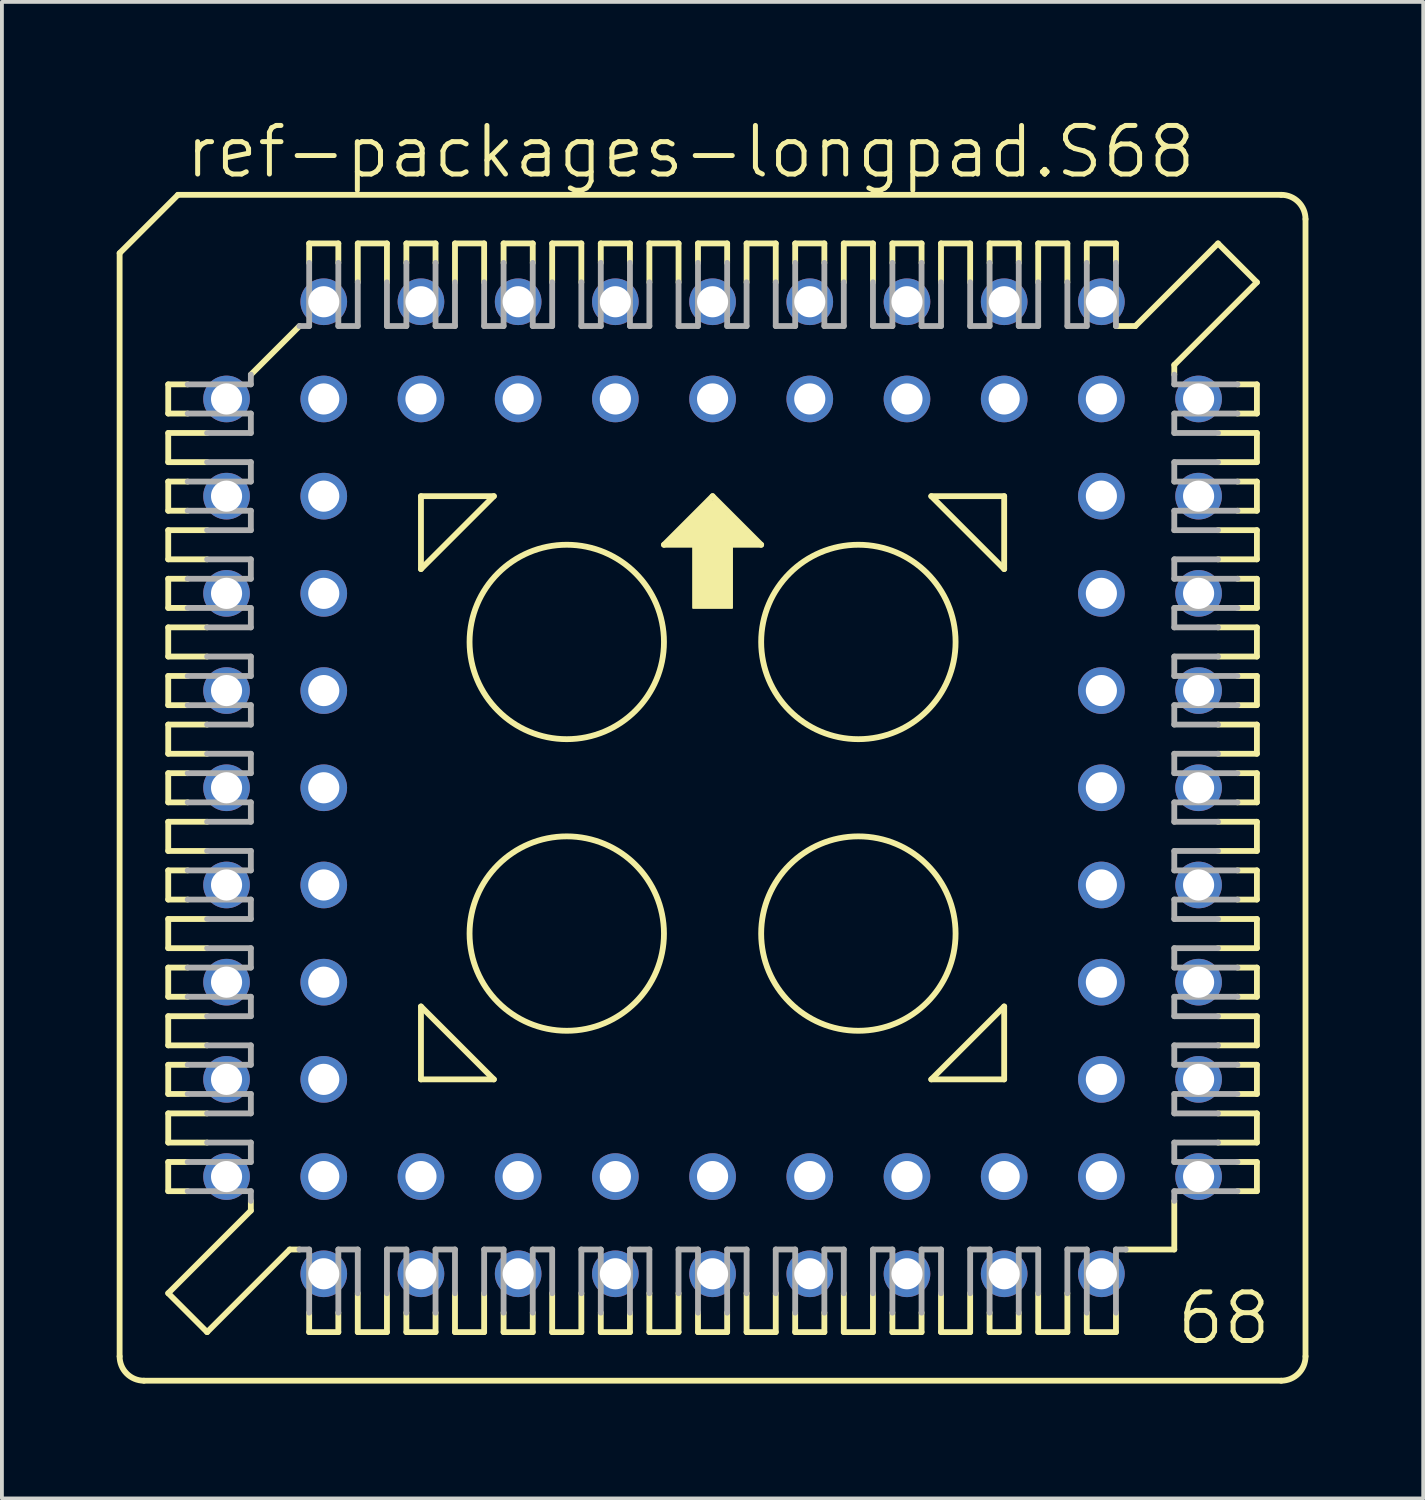
<source format=kicad_pcb>
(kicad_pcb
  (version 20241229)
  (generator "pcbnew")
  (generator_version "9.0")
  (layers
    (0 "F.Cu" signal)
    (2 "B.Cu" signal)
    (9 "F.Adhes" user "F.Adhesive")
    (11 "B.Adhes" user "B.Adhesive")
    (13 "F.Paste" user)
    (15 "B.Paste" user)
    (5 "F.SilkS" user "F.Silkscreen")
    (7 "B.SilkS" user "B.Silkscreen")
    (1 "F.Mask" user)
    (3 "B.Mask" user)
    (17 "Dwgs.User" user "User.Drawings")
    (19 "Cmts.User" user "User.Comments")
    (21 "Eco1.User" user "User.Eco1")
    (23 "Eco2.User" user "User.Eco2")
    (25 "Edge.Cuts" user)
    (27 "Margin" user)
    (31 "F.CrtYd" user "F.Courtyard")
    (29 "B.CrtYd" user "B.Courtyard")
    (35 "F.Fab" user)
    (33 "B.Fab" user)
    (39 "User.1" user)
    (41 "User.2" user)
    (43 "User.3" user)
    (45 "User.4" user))
  (footprint "ref-packages-longpad.S68"
    (layer "F.Cu")
    (at 15.57 17.535)
    (property "Reference" "ref-packages-longpad.S68" (at -13.843 -15.875 0) (layer "F.SilkS") (effects (font (size 1.27 1.27) (thickness 0.13)) (justify left bottom)))
    (attr through_hole)
    (fp_line (start -15.494 -13.97) (end -15.494 14.859) (stroke (width 0.152) (type default)) (layer "F.SilkS"))
    (fp_line (start -14.224 -10.541) (end -14.224 -9.779) (stroke (width 0.152) (type default)) (layer "F.SilkS"))
    (fp_line (start -14.224 -9.779) (end -13.716 -9.779) (stroke (width 0.152) (type default)) (layer "F.SilkS"))
    (fp_line (start -14.224 -9.271) (end -14.224 -8.509) (stroke (width 0.152) (type default)) (layer "F.SilkS"))
    (fp_line (start -14.224 -8.509) (end -13.208 -8.509) (stroke (width 0.152) (type default)) (layer "F.SilkS"))
    (fp_line (start -14.224 -8.001) (end -13.716 -8.001) (stroke (width 0.152) (type default)) (layer "F.SilkS"))
    (fp_line (start -14.224 -7.239) (end -14.224 -8.001) (stroke (width 0.152) (type default)) (layer "F.SilkS"))
    (fp_line (start -14.224 -6.731) (end -14.224 -5.969) (stroke (width 0.152) (type default)) (layer "F.SilkS"))
    (fp_line (start -14.224 -5.969) (end -13.208 -5.969) (stroke (width 0.152) (type default)) (layer "F.SilkS"))
    (fp_line (start -14.224 -5.461) (end -14.224 -4.699) (stroke (width 0.152) (type default)) (layer "F.SilkS"))
    (fp_line (start -14.224 -4.699) (end -13.716 -4.699) (stroke (width 0.152) (type default)) (layer "F.SilkS"))
    (fp_line (start -14.224 -4.191) (end -14.224 -3.429) (stroke (width 0.152) (type default)) (layer "F.SilkS"))
    (fp_line (start -14.224 -3.429) (end -13.208 -3.429) (stroke (width 0.152) (type default)) (layer "F.SilkS"))
    (fp_line (start -14.224 -2.921) (end -14.224 -2.159) (stroke (width 0.152) (type default)) (layer "F.SilkS"))
    (fp_line (start -14.224 -2.159) (end -13.716 -2.159) (stroke (width 0.152) (type default)) (layer "F.SilkS"))
    (fp_line (start -14.224 -1.651) (end -13.208 -1.651) (stroke (width 0.152) (type default)) (layer "F.SilkS"))
    (fp_line (start -14.224 -0.889) (end -14.224 -1.651) (stroke (width 0.152) (type default)) (layer "F.SilkS"))
    (fp_line (start -14.224 -0.381) (end -13.716 -0.381) (stroke (width 0.152) (type default)) (layer "F.SilkS"))
    (fp_line (start -14.224 0.381) (end -14.224 -0.381) (stroke (width 0.152) (type default)) (layer "F.SilkS"))
    (fp_line (start -14.224 0.889) (end -13.208 0.889) (stroke (width 0.152) (type default)) (layer "F.SilkS"))
    (fp_line (start -14.224 1.651) (end -14.224 0.889) (stroke (width 0.152) (type default)) (layer "F.SilkS"))
    (fp_line (start -14.224 2.159) (end -13.716 2.159) (stroke (width 0.152) (type default)) (layer "F.SilkS"))
    (fp_line (start -14.224 2.921) (end -14.224 2.159) (stroke (width 0.152) (type default)) (layer "F.SilkS"))
    (fp_line (start -14.224 3.429) (end -13.208 3.429) (stroke (width 0.152) (type default)) (layer "F.SilkS"))
    (fp_line (start -14.224 4.191) (end -14.224 3.429) (stroke (width 0.152) (type default)) (layer "F.SilkS"))
    (fp_line (start -14.224 4.699) (end -13.716 4.699) (stroke (width 0.152) (type default)) (layer "F.SilkS"))
    (fp_line (start -14.224 5.461) (end -14.224 4.699) (stroke (width 0.152) (type default)) (layer "F.SilkS"))
    (fp_line (start -14.224 5.969) (end -14.224 6.731) (stroke (width 0.152) (type default)) (layer "F.SilkS"))
    (fp_line (start -14.224 6.731) (end -13.208 6.731) (stroke (width 0.152) (type default)) (layer "F.SilkS"))
    (fp_line (start -14.224 7.239) (end -14.224 8.001) (stroke (width 0.152) (type default)) (layer "F.SilkS"))
    (fp_line (start -14.224 8.001) (end -13.716 8.001) (stroke (width 0.152) (type default)) (layer "F.SilkS"))
    (fp_line (start -14.224 8.509) (end -14.224 9.271) (stroke (width 0.152) (type default)) (layer "F.SilkS"))
    (fp_line (start -14.224 9.271) (end -13.208 9.271) (stroke (width 0.152) (type default)) (layer "F.SilkS"))
    (fp_line (start -14.224 9.779) (end -13.716 9.779) (stroke (width 0.152) (type default)) (layer "F.SilkS"))
    (fp_line (start -14.224 10.541) (end -14.224 9.779) (stroke (width 0.152) (type default)) (layer "F.SilkS"))
    (fp_line (start -14.224 13.208) (end -12.065 11.049) (stroke (width 0.152) (type default)) (layer "F.SilkS"))
    (fp_line (start -13.97 -15.494) (end -15.494 -13.97) (stroke (width 0.152) (type default)) (layer "F.SilkS"))
    (fp_line (start -13.716 -10.541) (end -14.224 -10.541) (stroke (width 0.152) (type default)) (layer "F.SilkS"))
    (fp_line (start -13.716 -7.239) (end -14.224 -7.239) (stroke (width 0.152) (type default)) (layer "F.SilkS"))
    (fp_line (start -13.716 -5.461) (end -14.224 -5.461) (stroke (width 0.152) (type default)) (layer "F.SilkS"))
    (fp_line (start -13.716 -2.921) (end -14.224 -2.921) (stroke (width 0.152) (type default)) (layer "F.SilkS"))
    (fp_line (start -13.716 0.381) (end -14.224 0.381) (stroke (width 0.152) (type default)) (layer "F.SilkS"))
    (fp_line (start -13.716 2.921) (end -14.224 2.921) (stroke (width 0.152) (type default)) (layer "F.SilkS"))
    (fp_line (start -13.716 5.461) (end -14.224 5.461) (stroke (width 0.152) (type default)) (layer "F.SilkS"))
    (fp_line (start -13.716 7.239) (end -14.224 7.239) (stroke (width 0.152) (type default)) (layer "F.SilkS"))
    (fp_line (start -13.716 10.541) (end -14.224 10.541) (stroke (width 0.152) (type default)) (layer "F.SilkS"))
    (fp_line (start -13.208 -9.271) (end -14.224 -9.271) (stroke (width 0.152) (type default)) (layer "F.SilkS"))
    (fp_line (start -13.208 -6.731) (end -14.224 -6.731) (stroke (width 0.152) (type default)) (layer "F.SilkS"))
    (fp_line (start -13.208 -4.191) (end -14.224 -4.191) (stroke (width 0.152) (type default)) (layer "F.SilkS"))
    (fp_line (start -13.208 -0.889) (end -14.224 -0.889) (stroke (width 0.152) (type default)) (layer "F.SilkS"))
    (fp_line (start -13.208 1.651) (end -14.224 1.651) (stroke (width 0.152) (type default)) (layer "F.SilkS"))
    (fp_line (start -13.208 4.191) (end -14.224 4.191) (stroke (width 0.152) (type default)) (layer "F.SilkS"))
    (fp_line (start -13.208 5.969) (end -14.224 5.969) (stroke (width 0.152) (type default)) (layer "F.SilkS"))
    (fp_line (start -13.208 8.509) (end -14.224 8.509) (stroke (width 0.152) (type default)) (layer "F.SilkS"))
    (fp_line (start -13.208 14.224) (end -14.224 13.208) (stroke (width 0.152) (type default)) (layer "F.SilkS"))
    (fp_line (start -13.208 14.224) (end -11.049 12.065) (stroke (width 0.152) (type default)) (layer "F.SilkS"))
    (fp_line (start -12.065 -10.795) (end -10.795 -12.065) (stroke (width 0.152) (type default)) (layer "F.SilkS"))
    (fp_line (start -12.065 11.049) (end -12.065 10.795) (stroke (width 0.152) (type default)) (layer "F.SilkS"))
    (fp_line (start -11.049 12.065) (end -10.795 12.065) (stroke (width 0.152) (type default)) (layer "F.SilkS"))
    (fp_line (start -10.541 -14.224) (end -10.541 -13.716) (stroke (width 0.152) (type default)) (layer "F.SilkS"))
    (fp_line (start -10.541 13.716) (end -10.541 14.224) (stroke (width 0.152) (type default)) (layer "F.SilkS"))
    (fp_line (start -10.541 14.224) (end -9.779 14.224) (stroke (width 0.152) (type default)) (layer "F.SilkS"))
    (fp_line (start -9.779 -14.224) (end -10.541 -14.224) (stroke (width 0.152) (type default)) (layer "F.SilkS"))
    (fp_line (start -9.779 -13.716) (end -9.779 -14.224) (stroke (width 0.152) (type default)) (layer "F.SilkS"))
    (fp_line (start -9.779 14.224) (end -9.779 13.716) (stroke (width 0.152) (type default)) (layer "F.SilkS"))
    (fp_line (start -9.271 -14.224) (end -9.271 -13.208) (stroke (width 0.152) (type default)) (layer "F.SilkS"))
    (fp_line (start -9.271 13.208) (end -9.271 14.224) (stroke (width 0.152) (type default)) (layer "F.SilkS"))
    (fp_line (start -9.271 14.224) (end -8.509 14.224) (stroke (width 0.152) (type default)) (layer "F.SilkS"))
    (fp_line (start -8.509 -14.224) (end -9.271 -14.224) (stroke (width 0.152) (type default)) (layer "F.SilkS"))
    (fp_line (start -8.509 -13.208) (end -8.509 -14.224) (stroke (width 0.152) (type default)) (layer "F.SilkS"))
    (fp_line (start -8.509 14.224) (end -8.509 13.208) (stroke (width 0.152) (type default)) (layer "F.SilkS"))
    (fp_line (start -8.001 -14.224) (end -8.001 -13.716) (stroke (width 0.152) (type default)) (layer "F.SilkS"))
    (fp_line (start -8.001 14.224) (end -8.001 13.716) (stroke (width 0.152) (type default)) (layer "F.SilkS"))
    (fp_line (start -7.62 -7.62) (end -5.715 -7.62) (stroke (width 0.152) (type default)) (layer "F.SilkS"))
    (fp_line (start -7.62 -5.715) (end -7.62 -7.62) (stroke (width 0.152) (type default)) (layer "F.SilkS"))
    (fp_line (start -7.62 5.715) (end -5.715 7.62) (stroke (width 0.152) (type default)) (layer "F.SilkS"))
    (fp_line (start -7.62 7.62) (end -7.62 5.715) (stroke (width 0.152) (type default)) (layer "F.SilkS"))
    (fp_line (start -7.239 -14.224) (end -8.001 -14.224) (stroke (width 0.152) (type default)) (layer "F.SilkS"))
    (fp_line (start -7.239 -13.716) (end -7.239 -14.224) (stroke (width 0.152) (type default)) (layer "F.SilkS"))
    (fp_line (start -7.239 13.716) (end -7.239 14.224) (stroke (width 0.152) (type default)) (layer "F.SilkS"))
    (fp_line (start -7.239 14.224) (end -8.001 14.224) (stroke (width 0.152) (type default)) (layer "F.SilkS"))
    (fp_line (start -6.731 -14.224) (end -6.731 -13.208) (stroke (width 0.152) (type default)) (layer "F.SilkS"))
    (fp_line (start -6.731 13.208) (end -6.731 14.224) (stroke (width 0.152) (type default)) (layer "F.SilkS"))
    (fp_line (start -6.731 14.224) (end -5.969 14.224) (stroke (width 0.152) (type default)) (layer "F.SilkS"))
    (fp_line (start -5.969 -14.224) (end -6.731 -14.224) (stroke (width 0.152) (type default)) (layer "F.SilkS"))
    (fp_line (start -5.969 -13.208) (end -5.969 -14.224) (stroke (width 0.152) (type default)) (layer "F.SilkS"))
    (fp_line (start -5.969 14.224) (end -5.969 13.208) (stroke (width 0.152) (type default)) (layer "F.SilkS"))
    (fp_line (start -5.715 -7.62) (end -7.62 -5.715) (stroke (width 0.152) (type default)) (layer "F.SilkS"))
    (fp_line (start -5.715 7.62) (end -7.62 7.62) (stroke (width 0.152) (type default)) (layer "F.SilkS"))
    (fp_line (start -5.461 -14.224) (end -5.461 -13.716) (stroke (width 0.152) (type default)) (layer "F.SilkS"))
    (fp_line (start -5.461 13.716) (end -5.461 14.224) (stroke (width 0.152) (type default)) (layer "F.SilkS"))
    (fp_line (start -5.461 14.224) (end -4.699 14.224) (stroke (width 0.152) (type default)) (layer "F.SilkS"))
    (fp_line (start -4.699 -14.224) (end -5.461 -14.224) (stroke (width 0.152) (type default)) (layer "F.SilkS"))
    (fp_line (start -4.699 -13.716) (end -4.699 -14.224) (stroke (width 0.152) (type default)) (layer "F.SilkS"))
    (fp_line (start -4.699 14.224) (end -4.699 13.716) (stroke (width 0.152) (type default)) (layer "F.SilkS"))
    (fp_line (start -4.191 -14.224) (end -4.191 -13.208) (stroke (width 0.152) (type default)) (layer "F.SilkS"))
    (fp_line (start -4.191 13.208) (end -4.191 14.224) (stroke (width 0.152) (type default)) (layer "F.SilkS"))
    (fp_line (start -4.191 14.224) (end -3.429 14.224) (stroke (width 0.152) (type default)) (layer "F.SilkS"))
    (fp_line (start -3.429 -14.224) (end -4.191 -14.224) (stroke (width 0.152) (type default)) (layer "F.SilkS"))
    (fp_line (start -3.429 -13.208) (end -3.429 -14.224) (stroke (width 0.152) (type default)) (layer "F.SilkS"))
    (fp_line (start -3.429 14.224) (end -3.429 13.208) (stroke (width 0.152) (type default)) (layer "F.SilkS"))
    (fp_line (start -2.921 -14.224) (end -2.921 -13.716) (stroke (width 0.152) (type default)) (layer "F.SilkS"))
    (fp_line (start -2.921 13.716) (end -2.921 14.224) (stroke (width 0.152) (type default)) (layer "F.SilkS"))
    (fp_line (start -2.921 14.224) (end -2.159 14.224) (stroke (width 0.152) (type default)) (layer "F.SilkS"))
    (fp_line (start -2.159 -14.224) (end -2.921 -14.224) (stroke (width 0.152) (type default)) (layer "F.SilkS"))
    (fp_line (start -2.159 -13.716) (end -2.159 -14.224) (stroke (width 0.152) (type default)) (layer "F.SilkS"))
    (fp_line (start -2.159 14.224) (end -2.159 13.716) (stroke (width 0.152) (type default)) (layer "F.SilkS"))
    (fp_line (start -1.651 -14.224) (end -1.651 -13.208) (stroke (width 0.152) (type default)) (layer "F.SilkS"))
    (fp_line (start -1.651 13.208) (end -1.651 14.224) (stroke (width 0.152) (type default)) (layer "F.SilkS"))
    (fp_line (start -1.651 14.224) (end -0.889 14.224) (stroke (width 0.152) (type default)) (layer "F.SilkS"))
    (fp_line (start -1.27 -6.35) (end 1.27 -6.35) (stroke (width 0.152) (type default)) (layer "F.SilkS"))
    (fp_line (start -0.889 -14.224) (end -1.651 -14.224) (stroke (width 0.152) (type default)) (layer "F.SilkS"))
    (fp_line (start -0.889 -13.208) (end -0.889 -14.224) (stroke (width 0.152) (type default)) (layer "F.SilkS"))
    (fp_line (start -0.889 14.224) (end -0.889 13.208) (stroke (width 0.152) (type default)) (layer "F.SilkS"))
    (fp_line (start -0.381 -14.224) (end -0.381 -13.716) (stroke (width 0.152) (type default)) (layer "F.SilkS"))
    (fp_line (start -0.381 13.716) (end -0.381 14.224) (stroke (width 0.152) (type default)) (layer "F.SilkS"))
    (fp_line (start -0.381 14.224) (end 0.381 14.224) (stroke (width 0.152) (type default)) (layer "F.SilkS"))
    (fp_line (start 0 -7.62) (end -1.27 -6.35) (stroke (width 0.152) (type default)) (layer "F.SilkS"))
    (fp_line (start 0.381 -14.224) (end -0.381 -14.224) (stroke (width 0.152) (type default)) (layer "F.SilkS"))
    (fp_line (start 0.381 -13.716) (end 0.381 -14.224) (stroke (width 0.152) (type default)) (layer "F.SilkS"))
    (fp_line (start 0.381 14.224) (end 0.381 13.716) (stroke (width 0.152) (type default)) (layer "F.SilkS"))
    (fp_line (start 0.889 -14.224) (end 0.889 -13.208) (stroke (width 0.152) (type default)) (layer "F.SilkS"))
    (fp_line (start 0.889 13.208) (end 0.889 14.224) (stroke (width 0.152) (type default)) (layer "F.SilkS"))
    (fp_line (start 0.889 14.224) (end 1.651 14.224) (stroke (width 0.152) (type default)) (layer "F.SilkS"))
    (fp_line (start 1.27 -6.35) (end 0 -7.62) (stroke (width 0.152) (type default)) (layer "F.SilkS"))
    (fp_line (start 1.651 -14.224) (end 0.889 -14.224) (stroke (width 0.152) (type default)) (layer "F.SilkS"))
    (fp_line (start 1.651 -13.208) (end 1.651 -14.224) (stroke (width 0.152) (type default)) (layer "F.SilkS"))
    (fp_line (start 1.651 14.224) (end 1.651 13.208) (stroke (width 0.152) (type default)) (layer "F.SilkS"))
    (fp_line (start 2.159 -14.224) (end 2.159 -13.716) (stroke (width 0.152) (type default)) (layer "F.SilkS"))
    (fp_line (start 2.159 13.716) (end 2.159 14.224) (stroke (width 0.152) (type default)) (layer "F.SilkS"))
    (fp_line (start 2.159 14.224) (end 2.921 14.224) (stroke (width 0.152) (type default)) (layer "F.SilkS"))
    (fp_line (start 2.921 -14.224) (end 2.159 -14.224) (stroke (width 0.152) (type default)) (layer "F.SilkS"))
    (fp_line (start 2.921 -13.716) (end 2.921 -14.224) (stroke (width 0.152) (type default)) (layer "F.SilkS"))
    (fp_line (start 2.921 14.224) (end 2.921 13.716) (stroke (width 0.152) (type default)) (layer "F.SilkS"))
    (fp_line (start 3.429 -14.224) (end 3.429 -13.208) (stroke (width 0.152) (type default)) (layer "F.SilkS"))
    (fp_line (start 3.429 13.208) (end 3.429 14.224) (stroke (width 0.152) (type default)) (layer "F.SilkS"))
    (fp_line (start 3.429 14.224) (end 4.191 14.224) (stroke (width 0.152) (type default)) (layer "F.SilkS"))
    (fp_line (start 4.191 -14.224) (end 3.429 -14.224) (stroke (width 0.152) (type default)) (layer "F.SilkS"))
    (fp_line (start 4.191 -13.208) (end 4.191 -14.224) (stroke (width 0.152) (type default)) (layer "F.SilkS"))
    (fp_line (start 4.191 14.224) (end 4.191 13.208) (stroke (width 0.152) (type default)) (layer "F.SilkS"))
    (fp_line (start 4.699 -14.224) (end 4.699 -13.716) (stroke (width 0.152) (type default)) (layer "F.SilkS"))
    (fp_line (start 4.699 13.716) (end 4.699 14.224) (stroke (width 0.152) (type default)) (layer "F.SilkS"))
    (fp_line (start 4.699 14.224) (end 5.461 14.224) (stroke (width 0.152) (type default)) (layer "F.SilkS"))
    (fp_line (start 5.461 -14.224) (end 4.699 -14.224) (stroke (width 0.152) (type default)) (layer "F.SilkS"))
    (fp_line (start 5.461 -13.716) (end 5.461 -14.224) (stroke (width 0.152) (type default)) (layer "F.SilkS"))
    (fp_line (start 5.461 14.224) (end 5.461 13.716) (stroke (width 0.152) (type default)) (layer "F.SilkS"))
    (fp_line (start 5.715 -7.62) (end 7.62 -7.62) (stroke (width 0.152) (type default)) (layer "F.SilkS"))
    (fp_line (start 5.715 7.62) (end 7.62 7.62) (stroke (width 0.152) (type default)) (layer "F.SilkS"))
    (fp_line (start 5.969 -14.224) (end 5.969 -13.208) (stroke (width 0.152) (type default)) (layer "F.SilkS"))
    (fp_line (start 5.969 13.208) (end 5.969 14.224) (stroke (width 0.152) (type default)) (layer "F.SilkS"))
    (fp_line (start 5.969 14.224) (end 6.731 14.224) (stroke (width 0.152) (type default)) (layer "F.SilkS"))
    (fp_line (start 6.731 -14.224) (end 5.969 -14.224) (stroke (width 0.152) (type default)) (layer "F.SilkS"))
    (fp_line (start 6.731 -13.208) (end 6.731 -14.224) (stroke (width 0.152) (type default)) (layer "F.SilkS"))
    (fp_line (start 6.731 14.224) (end 6.731 13.208) (stroke (width 0.152) (type default)) (layer "F.SilkS"))
    (fp_line (start 7.239 -14.224) (end 8.001 -14.224) (stroke (width 0.152) (type default)) (layer "F.SilkS"))
    (fp_line (start 7.239 -13.716) (end 7.239 -14.224) (stroke (width 0.152) (type default)) (layer "F.SilkS"))
    (fp_line (start 7.239 13.716) (end 7.239 14.224) (stroke (width 0.152) (type default)) (layer "F.SilkS"))
    (fp_line (start 7.239 14.224) (end 8.001 14.224) (stroke (width 0.152) (type default)) (layer "F.SilkS"))
    (fp_line (start 7.62 -7.62) (end 7.62 -5.715) (stroke (width 0.152) (type default)) (layer "F.SilkS"))
    (fp_line (start 7.62 -5.715) (end 5.715 -7.62) (stroke (width 0.152) (type default)) (layer "F.SilkS"))
    (fp_line (start 7.62 5.715) (end 5.715 7.62) (stroke (width 0.152) (type default)) (layer "F.SilkS"))
    (fp_line (start 7.62 7.62) (end 7.62 5.715) (stroke (width 0.152) (type default)) (layer "F.SilkS"))
    (fp_line (start 8.001 -14.224) (end 8.001 -13.716) (stroke (width 0.152) (type default)) (layer "F.SilkS"))
    (fp_line (start 8.001 14.224) (end 8.001 13.716) (stroke (width 0.152) (type default)) (layer "F.SilkS"))
    (fp_line (start 8.509 -14.224) (end 8.509 -13.208) (stroke (width 0.152) (type default)) (layer "F.SilkS"))
    (fp_line (start 8.509 13.208) (end 8.509 14.224) (stroke (width 0.152) (type default)) (layer "F.SilkS"))
    (fp_line (start 8.509 14.224) (end 9.271 14.224) (stroke (width 0.152) (type default)) (layer "F.SilkS"))
    (fp_line (start 9.271 -14.224) (end 8.509 -14.224) (stroke (width 0.152) (type default)) (layer "F.SilkS"))
    (fp_line (start 9.271 -13.208) (end 9.271 -14.224) (stroke (width 0.152) (type default)) (layer "F.SilkS"))
    (fp_line (start 9.271 14.224) (end 9.271 13.208) (stroke (width 0.152) (type default)) (layer "F.SilkS"))
    (fp_line (start 9.779 -14.224) (end 9.779 -13.716) (stroke (width 0.152) (type default)) (layer "F.SilkS"))
    (fp_line (start 9.779 13.716) (end 9.779 14.224) (stroke (width 0.152) (type default)) (layer "F.SilkS"))
    (fp_line (start 9.779 14.224) (end 10.541 14.224) (stroke (width 0.152) (type default)) (layer "F.SilkS"))
    (fp_line (start 10.541 -14.224) (end 9.779 -14.224) (stroke (width 0.152) (type default)) (layer "F.SilkS"))
    (fp_line (start 10.541 -13.716) (end 10.541 -14.224) (stroke (width 0.152) (type default)) (layer "F.SilkS"))
    (fp_line (start 10.541 14.224) (end 10.541 13.716) (stroke (width 0.152) (type default)) (layer "F.SilkS"))
    (fp_line (start 10.795 12.065) (end 12.065 12.065) (stroke (width 0.152) (type default)) (layer "F.SilkS"))
    (fp_line (start 11.049 -12.065) (end 10.541 -12.065) (stroke (width 0.152) (type default)) (layer "F.SilkS"))
    (fp_line (start 12.065 -11.049) (end 12.065 -10.795) (stroke (width 0.152) (type default)) (layer "F.SilkS"))
    (fp_line (start 12.065 12.065) (end 12.065 10.795) (stroke (width 0.152) (type default)) (layer "F.SilkS"))
    (fp_line (start 13.208 -14.224) (end 11.049 -12.065) (stroke (width 0.152) (type default)) (layer "F.SilkS"))
    (fp_line (start 13.208 -8.509) (end 14.224 -8.509) (stroke (width 0.152) (type default)) (layer "F.SilkS"))
    (fp_line (start 13.208 -5.969) (end 14.224 -5.969) (stroke (width 0.152) (type default)) (layer "F.SilkS"))
    (fp_line (start 13.208 -4.191) (end 14.224 -4.191) (stroke (width 0.152) (type default)) (layer "F.SilkS"))
    (fp_line (start 13.208 -1.651) (end 14.224 -1.651) (stroke (width 0.152) (type default)) (layer "F.SilkS"))
    (fp_line (start 13.208 0.889) (end 14.224 0.889) (stroke (width 0.152) (type default)) (layer "F.SilkS"))
    (fp_line (start 13.208 4.191) (end 14.224 4.191) (stroke (width 0.152) (type default)) (layer "F.SilkS"))
    (fp_line (start 13.208 6.731) (end 14.224 6.731) (stroke (width 0.152) (type default)) (layer "F.SilkS"))
    (fp_line (start 13.208 9.271) (end 14.224 9.271) (stroke (width 0.152) (type default)) (layer "F.SilkS"))
    (fp_line (start 13.716 -10.541) (end 14.224 -10.541) (stroke (width 0.152) (type default)) (layer "F.SilkS"))
    (fp_line (start 13.716 -7.239) (end 14.224 -7.239) (stroke (width 0.152) (type default)) (layer "F.SilkS"))
    (fp_line (start 13.716 -5.461) (end 14.224 -5.461) (stroke (width 0.152) (type default)) (layer "F.SilkS"))
    (fp_line (start 13.716 -2.921) (end 14.224 -2.921) (stroke (width 0.152) (type default)) (layer "F.SilkS"))
    (fp_line (start 13.716 -0.381) (end 14.224 -0.381) (stroke (width 0.152) (type default)) (layer "F.SilkS"))
    (fp_line (start 13.716 2.921) (end 14.224 2.921) (stroke (width 0.152) (type default)) (layer "F.SilkS"))
    (fp_line (start 13.716 5.461) (end 14.224 5.461) (stroke (width 0.152) (type default)) (layer "F.SilkS"))
    (fp_line (start 13.716 7.239) (end 14.224 7.239) (stroke (width 0.152) (type default)) (layer "F.SilkS"))
    (fp_line (start 13.716 10.541) (end 14.224 10.541) (stroke (width 0.152) (type default)) (layer "F.SilkS"))
    (fp_line (start 14.224 -13.208) (end 12.065 -11.049) (stroke (width 0.152) (type default)) (layer "F.SilkS"))
    (fp_line (start 14.224 -13.208) (end 13.208 -14.224) (stroke (width 0.152) (type default)) (layer "F.SilkS"))
    (fp_line (start 14.224 -10.541) (end 14.224 -9.779) (stroke (width 0.152) (type default)) (layer "F.SilkS"))
    (fp_line (start 14.224 -9.779) (end 13.716 -9.779) (stroke (width 0.152) (type default)) (layer "F.SilkS"))
    (fp_line (start 14.224 -9.271) (end 13.208 -9.271) (stroke (width 0.152) (type default)) (layer "F.SilkS"))
    (fp_line (start 14.224 -8.509) (end 14.224 -9.271) (stroke (width 0.152) (type default)) (layer "F.SilkS"))
    (fp_line (start 14.224 -8.001) (end 13.716 -8.001) (stroke (width 0.152) (type default)) (layer "F.SilkS"))
    (fp_line (start 14.224 -7.239) (end 14.224 -8.001) (stroke (width 0.152) (type default)) (layer "F.SilkS"))
    (fp_line (start 14.224 -6.731) (end 13.208 -6.731) (stroke (width 0.152) (type default)) (layer "F.SilkS"))
    (fp_line (start 14.224 -5.969) (end 14.224 -6.731) (stroke (width 0.152) (type default)) (layer "F.SilkS"))
    (fp_line (start 14.224 -5.461) (end 14.224 -4.699) (stroke (width 0.152) (type default)) (layer "F.SilkS"))
    (fp_line (start 14.224 -4.699) (end 13.716 -4.699) (stroke (width 0.152) (type default)) (layer "F.SilkS"))
    (fp_line (start 14.224 -4.191) (end 14.224 -3.429) (stroke (width 0.152) (type default)) (layer "F.SilkS"))
    (fp_line (start 14.224 -3.429) (end 13.208 -3.429) (stroke (width 0.152) (type default)) (layer "F.SilkS"))
    (fp_line (start 14.224 -2.921) (end 14.224 -2.159) (stroke (width 0.152) (type default)) (layer "F.SilkS"))
    (fp_line (start 14.224 -2.159) (end 13.716 -2.159) (stroke (width 0.152) (type default)) (layer "F.SilkS"))
    (fp_line (start 14.224 -1.651) (end 14.224 -0.889) (stroke (width 0.152) (type default)) (layer "F.SilkS"))
    (fp_line (start 14.224 -0.889) (end 13.208 -0.889) (stroke (width 0.152) (type default)) (layer "F.SilkS"))
    (fp_line (start 14.224 -0.381) (end 14.224 0.381) (stroke (width 0.152) (type default)) (layer "F.SilkS"))
    (fp_line (start 14.224 0.381) (end 13.716 0.381) (stroke (width 0.152) (type default)) (layer "F.SilkS"))
    (fp_line (start 14.224 0.889) (end 14.224 1.651) (stroke (width 0.152) (type default)) (layer "F.SilkS"))
    (fp_line (start 14.224 1.651) (end 13.208 1.651) (stroke (width 0.152) (type default)) (layer "F.SilkS"))
    (fp_line (start 14.224 2.159) (end 13.716 2.159) (stroke (width 0.152) (type default)) (layer "F.SilkS"))
    (fp_line (start 14.224 2.921) (end 14.224 2.159) (stroke (width 0.152) (type default)) (layer "F.SilkS"))
    (fp_line (start 14.224 3.429) (end 13.208 3.429) (stroke (width 0.152) (type default)) (layer "F.SilkS"))
    (fp_line (start 14.224 4.191) (end 14.224 3.429) (stroke (width 0.152) (type default)) (layer "F.SilkS"))
    (fp_line (start 14.224 4.699) (end 13.716 4.699) (stroke (width 0.152) (type default)) (layer "F.SilkS"))
    (fp_line (start 14.224 5.461) (end 14.224 4.699) (stroke (width 0.152) (type default)) (layer "F.SilkS"))
    (fp_line (start 14.224 5.969) (end 13.208 5.969) (stroke (width 0.152) (type default)) (layer "F.SilkS"))
    (fp_line (start 14.224 6.731) (end 14.224 5.969) (stroke (width 0.152) (type default)) (layer "F.SilkS"))
    (fp_line (start 14.224 7.239) (end 14.224 8.001) (stroke (width 0.152) (type default)) (layer "F.SilkS"))
    (fp_line (start 14.224 8.001) (end 13.716 8.001) (stroke (width 0.152) (type default)) (layer "F.SilkS"))
    (fp_line (start 14.224 8.509) (end 13.208 8.509) (stroke (width 0.152) (type default)) (layer "F.SilkS"))
    (fp_line (start 14.224 9.271) (end 14.224 8.509) (stroke (width 0.152) (type default)) (layer "F.SilkS"))
    (fp_line (start 14.224 9.779) (end 13.716 9.779) (stroke (width 0.152) (type default)) (layer "F.SilkS"))
    (fp_line (start 14.224 10.541) (end 14.224 9.779) (stroke (width 0.152) (type default)) (layer "F.SilkS"))
    (fp_line (start 14.859 -15.494) (end -13.97 -15.494) (stroke (width 0.152) (type default)) (layer "F.SilkS"))
    (fp_line (start 14.859 15.494) (end -14.859 15.494) (stroke (width 0.152) (type default)) (layer "F.SilkS"))
    (fp_line (start 15.494 -14.859) (end 15.494 14.859) (stroke (width 0.152) (type default)) (layer "F.SilkS"))
    (fp_rect (start -1.143 -6.35) (end -0.889 -6.477) (stroke (width 0.05) (type default)) (fill yes) (layer "F.SilkS"))
    (fp_rect (start -1.016 -6.477) (end -0.889 -6.604) (stroke (width 0.05) (type default)) (fill yes) (layer "F.SilkS"))
    (fp_rect (start -0.889 -6.35) (end 0.889 -6.731) (stroke (width 0.05) (type default)) (fill yes) (layer "F.SilkS"))
    (fp_rect (start -0.762 -6.731) (end -0.635 -6.858) (stroke (width 0.05) (type default)) (fill yes) (layer "F.SilkS"))
    (fp_rect (start -0.635 -6.731) (end 0.635 -6.985) (stroke (width 0.05) (type default)) (fill yes) (layer "F.SilkS"))
    (fp_rect (start -0.508 -6.985) (end -0.381 -7.112) (stroke (width 0.05) (type default)) (fill yes) (layer "F.SilkS"))
    (fp_rect (start -0.508 -4.699) (end 0.508 -6.604) (stroke (width 0.05) (type default)) (fill yes) (layer "F.SilkS"))
    (fp_rect (start -0.381 -6.985) (end 0.381 -7.239) (stroke (width 0.05) (type default)) (fill yes) (layer "F.SilkS"))
    (fp_rect (start -0.254 -7.239) (end -0.127 -7.366) (stroke (width 0.05) (type default)) (fill yes) (layer "F.SilkS"))
    (fp_rect (start -0.127 -7.239) (end 0.127 -7.493) (stroke (width 0.05) (type default)) (fill yes) (layer "F.SilkS"))
    (fp_rect (start 0.127 -7.239) (end 0.254 -7.366) (stroke (width 0.05) (type default)) (fill yes) (layer "F.SilkS"))
    (fp_rect (start 0.381 -6.985) (end 0.508 -7.112) (stroke (width 0.05) (type default)) (fill yes) (layer "F.SilkS"))
    (fp_rect (start 0.635 -6.731) (end 0.762 -6.858) (stroke (width 0.05) (type default)) (fill yes) (layer "F.SilkS"))
    (fp_rect (start 0.889 -6.477) (end 1.016 -6.604) (stroke (width 0.05) (type default)) (fill yes) (layer "F.SilkS"))
    (fp_rect (start 0.889 -6.35) (end 1.143 -6.477) (stroke (width 0.05) (type default)) (fill yes) (layer "F.SilkS"))
    (fp_arc (start -14.859 15.494) (mid -15.308013 15.308013) (end -15.494 14.859) (stroke (width 0.1524) (type default)) (layer "F.SilkS"))
    (fp_arc (start 14.859 -15.494) (mid 15.308013 -15.308013) (end 15.494 -14.859) (stroke (width 0.1524) (type default)) (layer "F.SilkS"))
    (fp_arc (start 15.494 14.859) (mid 15.308013 15.308013) (end 14.859 15.494) (stroke (width 0.1524) (type default)) (layer "F.SilkS"))
    (fp_circle (center -3.81 -3.81) (end -1.27 -3.81) (stroke (width 0.152) (type default)) (fill no) (layer "F.SilkS"))
    (fp_circle (center -3.81 3.81) (end -1.27 3.81) (stroke (width 0.152) (type default)) (fill no) (layer "F.SilkS"))
    (fp_circle (center 3.81 -3.81) (end 6.35 -3.81) (stroke (width 0.152) (type default)) (fill no) (layer "F.SilkS"))
    (fp_circle (center 3.81 3.81) (end 6.35 3.81) (stroke (width 0.152) (type default)) (fill no) (layer "F.SilkS"))
    (fp_line (start -13.716 -10.541) (end -12.065 -10.541) (stroke (width 0.152) (type default)) (layer "F.Fab"))
    (fp_line (start -13.716 -7.239) (end -12.065 -7.239) (stroke (width 0.152) (type default)) (layer "F.Fab"))
    (fp_line (start -13.716 -5.461) (end -12.065 -5.461) (stroke (width 0.152) (type default)) (layer "F.Fab"))
    (fp_line (start -13.716 -2.921) (end -12.065 -2.921) (stroke (width 0.152) (type default)) (layer "F.Fab"))
    (fp_line (start -13.716 0.381) (end -12.065 0.381) (stroke (width 0.152) (type default)) (layer "F.Fab"))
    (fp_line (start -13.716 2.921) (end -12.065 2.921) (stroke (width 0.152) (type default)) (layer "F.Fab"))
    (fp_line (start -13.716 5.461) (end -12.065 5.461) (stroke (width 0.152) (type default)) (layer "F.Fab"))
    (fp_line (start -13.716 7.239) (end -12.065 7.239) (stroke (width 0.152) (type default)) (layer "F.Fab"))
    (fp_line (start -13.716 9.779) (end -12.065 9.779) (stroke (width 0.152) (type default)) (layer "F.Fab"))
    (fp_line (start -13.716 10.541) (end -12.065 10.541) (stroke (width 0.152) (type default)) (layer "F.Fab"))
    (fp_line (start -13.208 -9.271) (end -12.065 -9.271) (stroke (width 0.152) (type default)) (layer "F.Fab"))
    (fp_line (start -13.208 -6.731) (end -12.065 -6.731) (stroke (width 0.152) (type default)) (layer "F.Fab"))
    (fp_line (start -13.208 -4.191) (end -12.065 -4.191) (stroke (width 0.152) (type default)) (layer "F.Fab"))
    (fp_line (start -13.208 -0.889) (end -12.065 -0.889) (stroke (width 0.152) (type default)) (layer "F.Fab"))
    (fp_line (start -13.208 1.651) (end -12.065 1.651) (stroke (width 0.152) (type default)) (layer "F.Fab"))
    (fp_line (start -13.208 4.191) (end -12.065 4.191) (stroke (width 0.152) (type default)) (layer "F.Fab"))
    (fp_line (start -13.208 5.969) (end -12.065 5.969) (stroke (width 0.152) (type default)) (layer "F.Fab"))
    (fp_line (start -13.208 8.509) (end -12.065 8.509) (stroke (width 0.152) (type default)) (layer "F.Fab"))
    (fp_line (start -12.065 -10.541) (end -12.065 -10.795) (stroke (width 0.152) (type default)) (layer "F.Fab"))
    (fp_line (start -12.065 -9.779) (end -13.716 -9.779) (stroke (width 0.152) (type default)) (layer "F.Fab"))
    (fp_line (start -12.065 -9.779) (end -12.065 -9.271) (stroke (width 0.152) (type default)) (layer "F.Fab"))
    (fp_line (start -12.065 -8.509) (end -13.208 -8.509) (stroke (width 0.152) (type default)) (layer "F.Fab"))
    (fp_line (start -12.065 -8.001) (end -13.716 -8.001) (stroke (width 0.152) (type default)) (layer "F.Fab"))
    (fp_line (start -12.065 -8.001) (end -12.065 -8.509) (stroke (width 0.152) (type default)) (layer "F.Fab"))
    (fp_line (start -12.065 -6.731) (end -12.065 -7.239) (stroke (width 0.152) (type default)) (layer "F.Fab"))
    (fp_line (start -12.065 -5.969) (end -13.208 -5.969) (stroke (width 0.152) (type default)) (layer "F.Fab"))
    (fp_line (start -12.065 -5.969) (end -12.065 -5.461) (stroke (width 0.152) (type default)) (layer "F.Fab"))
    (fp_line (start -12.065 -4.699) (end -13.716 -4.699) (stroke (width 0.152) (type default)) (layer "F.Fab"))
    (fp_line (start -12.065 -4.699) (end -12.065 -4.191) (stroke (width 0.152) (type default)) (layer "F.Fab"))
    (fp_line (start -12.065 -3.429) (end -13.208 -3.429) (stroke (width 0.152) (type default)) (layer "F.Fab"))
    (fp_line (start -12.065 -3.429) (end -12.065 -2.921) (stroke (width 0.152) (type default)) (layer "F.Fab"))
    (fp_line (start -12.065 -2.159) (end -13.716 -2.159) (stroke (width 0.152) (type default)) (layer "F.Fab"))
    (fp_line (start -12.065 -2.159) (end -12.065 -1.651) (stroke (width 0.152) (type default)) (layer "F.Fab"))
    (fp_line (start -12.065 -1.651) (end -13.208 -1.651) (stroke (width 0.152) (type default)) (layer "F.Fab"))
    (fp_line (start -12.065 -0.381) (end -13.716 -0.381) (stroke (width 0.152) (type default)) (layer "F.Fab"))
    (fp_line (start -12.065 -0.381) (end -12.065 -0.889) (stroke (width 0.152) (type default)) (layer "F.Fab"))
    (fp_line (start -12.065 0.889) (end -13.208 0.889) (stroke (width 0.152) (type default)) (layer "F.Fab"))
    (fp_line (start -12.065 0.889) (end -12.065 0.381) (stroke (width 0.152) (type default)) (layer "F.Fab"))
    (fp_line (start -12.065 2.159) (end -13.716 2.159) (stroke (width 0.152) (type default)) (layer "F.Fab"))
    (fp_line (start -12.065 2.159) (end -12.065 1.651) (stroke (width 0.152) (type default)) (layer "F.Fab"))
    (fp_line (start -12.065 3.429) (end -13.208 3.429) (stroke (width 0.152) (type default)) (layer "F.Fab"))
    (fp_line (start -12.065 3.429) (end -12.065 2.921) (stroke (width 0.152) (type default)) (layer "F.Fab"))
    (fp_line (start -12.065 4.699) (end -13.716 4.699) (stroke (width 0.152) (type default)) (layer "F.Fab"))
    (fp_line (start -12.065 4.699) (end -12.065 4.191) (stroke (width 0.152) (type default)) (layer "F.Fab"))
    (fp_line (start -12.065 5.461) (end -12.065 5.969) (stroke (width 0.152) (type default)) (layer "F.Fab"))
    (fp_line (start -12.065 6.731) (end -13.208 6.731) (stroke (width 0.152) (type default)) (layer "F.Fab"))
    (fp_line (start -12.065 6.731) (end -12.065 7.239) (stroke (width 0.152) (type default)) (layer "F.Fab"))
    (fp_line (start -12.065 8.001) (end -13.716 8.001) (stroke (width 0.152) (type default)) (layer "F.Fab"))
    (fp_line (start -12.065 8.001) (end -12.065 8.509) (stroke (width 0.152) (type default)) (layer "F.Fab"))
    (fp_line (start -12.065 9.271) (end -13.208 9.271) (stroke (width 0.152) (type default)) (layer "F.Fab"))
    (fp_line (start -12.065 9.271) (end -12.065 9.779) (stroke (width 0.152) (type default)) (layer "F.Fab"))
    (fp_line (start -12.065 10.541) (end -12.065 10.795) (stroke (width 0.152) (type default)) (layer "F.Fab"))
    (fp_line (start -10.795 -12.065) (end -10.541 -12.065) (stroke (width 0.152) (type default)) (layer "F.Fab"))
    (fp_line (start -10.541 -12.065) (end -10.541 -13.716) (stroke (width 0.152) (type default)) (layer "F.Fab"))
    (fp_line (start -10.541 12.065) (end -10.795 12.065) (stroke (width 0.152) (type default)) (layer "F.Fab"))
    (fp_line (start -10.541 13.716) (end -10.541 12.065) (stroke (width 0.152) (type default)) (layer "F.Fab"))
    (fp_line (start -9.779 -13.716) (end -9.779 -12.065) (stroke (width 0.152) (type default)) (layer "F.Fab"))
    (fp_line (start -9.779 12.065) (end -9.779 13.716) (stroke (width 0.152) (type default)) (layer "F.Fab"))
    (fp_line (start -9.779 12.065) (end -9.271 12.065) (stroke (width 0.152) (type default)) (layer "F.Fab"))
    (fp_line (start -9.271 -12.065) (end -9.779 -12.065) (stroke (width 0.152) (type default)) (layer "F.Fab"))
    (fp_line (start -9.271 -12.065) (end -9.271 -13.208) (stroke (width 0.152) (type default)) (layer "F.Fab"))
    (fp_line (start -9.271 13.208) (end -9.271 12.065) (stroke (width 0.152) (type default)) (layer "F.Fab"))
    (fp_line (start -8.509 -13.208) (end -8.509 -12.065) (stroke (width 0.152) (type default)) (layer "F.Fab"))
    (fp_line (start -8.509 12.065) (end -8.509 13.208) (stroke (width 0.152) (type default)) (layer "F.Fab"))
    (fp_line (start -8.001 -12.065) (end -8.509 -12.065) (stroke (width 0.152) (type default)) (layer "F.Fab"))
    (fp_line (start -8.001 -12.065) (end -8.001 -13.716) (stroke (width 0.152) (type default)) (layer "F.Fab"))
    (fp_line (start -8.001 12.065) (end -8.509 12.065) (stroke (width 0.152) (type default)) (layer "F.Fab"))
    (fp_line (start -8.001 12.065) (end -8.001 13.716) (stroke (width 0.152) (type default)) (layer "F.Fab"))
    (fp_line (start -7.239 -13.716) (end -7.239 -12.065) (stroke (width 0.152) (type default)) (layer "F.Fab"))
    (fp_line (start -7.239 13.716) (end -7.239 12.065) (stroke (width 0.152) (type default)) (layer "F.Fab"))
    (fp_line (start -6.731 -12.065) (end -7.239 -12.065) (stroke (width 0.152) (type default)) (layer "F.Fab"))
    (fp_line (start -6.731 -12.065) (end -6.731 -13.208) (stroke (width 0.152) (type default)) (layer "F.Fab"))
    (fp_line (start -6.731 12.065) (end -7.239 12.065) (stroke (width 0.152) (type default)) (layer "F.Fab"))
    (fp_line (start -6.731 13.208) (end -6.731 12.065) (stroke (width 0.152) (type default)) (layer "F.Fab"))
    (fp_line (start -5.969 -13.208) (end -5.969 -12.065) (stroke (width 0.152) (type default)) (layer "F.Fab"))
    (fp_line (start -5.969 12.065) (end -5.969 13.208) (stroke (width 0.152) (type default)) (layer "F.Fab"))
    (fp_line (start -5.969 12.065) (end -5.461 12.065) (stroke (width 0.152) (type default)) (layer "F.Fab"))
    (fp_line (start -5.461 -12.065) (end -5.969 -12.065) (stroke (width 0.152) (type default)) (layer "F.Fab"))
    (fp_line (start -5.461 -12.065) (end -5.461 -13.716) (stroke (width 0.152) (type default)) (layer "F.Fab"))
    (fp_line (start -5.461 13.716) (end -5.461 12.065) (stroke (width 0.152) (type default)) (layer "F.Fab"))
    (fp_line (start -4.699 -13.716) (end -4.699 -12.065) (stroke (width 0.152) (type default)) (layer "F.Fab"))
    (fp_line (start -4.699 12.065) (end -4.699 13.716) (stroke (width 0.152) (type default)) (layer "F.Fab"))
    (fp_line (start -4.699 12.065) (end -4.191 12.065) (stroke (width 0.152) (type default)) (layer "F.Fab"))
    (fp_line (start -4.191 -12.065) (end -4.699 -12.065) (stroke (width 0.152) (type default)) (layer "F.Fab"))
    (fp_line (start -4.191 -12.065) (end -4.191 -13.208) (stroke (width 0.152) (type default)) (layer "F.Fab"))
    (fp_line (start -4.191 13.208) (end -4.191 12.065) (stroke (width 0.152) (type default)) (layer "F.Fab"))
    (fp_line (start -3.429 -13.208) (end -3.429 -12.065) (stroke (width 0.152) (type default)) (layer "F.Fab"))
    (fp_line (start -3.429 12.065) (end -3.429 13.208) (stroke (width 0.152) (type default)) (layer "F.Fab"))
    (fp_line (start -3.429 12.065) (end -2.921 12.065) (stroke (width 0.152) (type default)) (layer "F.Fab"))
    (fp_line (start -2.921 -12.065) (end -3.429 -12.065) (stroke (width 0.152) (type default)) (layer "F.Fab"))
    (fp_line (start -2.921 -12.065) (end -2.921 -13.716) (stroke (width 0.152) (type default)) (layer "F.Fab"))
    (fp_line (start -2.921 13.716) (end -2.921 12.065) (stroke (width 0.152) (type default)) (layer "F.Fab"))
    (fp_line (start -2.159 -13.716) (end -2.159 -12.065) (stroke (width 0.152) (type default)) (layer "F.Fab"))
    (fp_line (start -2.159 12.065) (end -2.159 13.716) (stroke (width 0.152) (type default)) (layer "F.Fab"))
    (fp_line (start -2.159 12.065) (end -1.651 12.065) (stroke (width 0.152) (type default)) (layer "F.Fab"))
    (fp_line (start -1.651 -12.065) (end -2.159 -12.065) (stroke (width 0.152) (type default)) (layer "F.Fab"))
    (fp_line (start -1.651 -12.065) (end -1.651 -13.208) (stroke (width 0.152) (type default)) (layer "F.Fab"))
    (fp_line (start -1.651 13.208) (end -1.651 12.065) (stroke (width 0.152) (type default)) (layer "F.Fab"))
    (fp_line (start -0.889 -13.208) (end -0.889 -12.065) (stroke (width 0.152) (type default)) (layer "F.Fab"))
    (fp_line (start -0.889 12.065) (end -0.889 13.208) (stroke (width 0.152) (type default)) (layer "F.Fab"))
    (fp_line (start -0.889 12.065) (end -0.381 12.065) (stroke (width 0.152) (type default)) (layer "F.Fab"))
    (fp_line (start -0.381 -12.065) (end -0.889 -12.065) (stroke (width 0.152) (type default)) (layer "F.Fab"))
    (fp_line (start -0.381 -12.065) (end -0.381 -13.716) (stroke (width 0.152) (type default)) (layer "F.Fab"))
    (fp_line (start -0.381 13.716) (end -0.381 12.065) (stroke (width 0.152) (type default)) (layer "F.Fab"))
    (fp_line (start 0.381 -13.716) (end 0.381 -12.065) (stroke (width 0.152) (type default)) (layer "F.Fab"))
    (fp_line (start 0.381 12.065) (end 0.381 13.716) (stroke (width 0.152) (type default)) (layer "F.Fab"))
    (fp_line (start 0.381 12.065) (end 0.889 12.065) (stroke (width 0.152) (type default)) (layer "F.Fab"))
    (fp_line (start 0.889 -12.065) (end 0.381 -12.065) (stroke (width 0.152) (type default)) (layer "F.Fab"))
    (fp_line (start 0.889 -12.065) (end 0.889 -13.208) (stroke (width 0.152) (type default)) (layer "F.Fab"))
    (fp_line (start 0.889 13.208) (end 0.889 12.065) (stroke (width 0.152) (type default)) (layer "F.Fab"))
    (fp_line (start 1.651 -13.208) (end 1.651 -12.065) (stroke (width 0.152) (type default)) (layer "F.Fab"))
    (fp_line (start 1.651 12.065) (end 1.651 13.208) (stroke (width 0.152) (type default)) (layer "F.Fab"))
    (fp_line (start 1.651 12.065) (end 2.159 12.065) (stroke (width 0.152) (type default)) (layer "F.Fab"))
    (fp_line (start 2.159 -12.065) (end 1.651 -12.065) (stroke (width 0.152) (type default)) (layer "F.Fab"))
    (fp_line (start 2.159 -12.065) (end 2.159 -13.716) (stroke (width 0.152) (type default)) (layer "F.Fab"))
    (fp_line (start 2.159 13.716) (end 2.159 12.065) (stroke (width 0.152) (type default)) (layer "F.Fab"))
    (fp_line (start 2.921 -13.716) (end 2.921 -12.065) (stroke (width 0.152) (type default)) (layer "F.Fab"))
    (fp_line (start 2.921 12.065) (end 2.921 13.716) (stroke (width 0.152) (type default)) (layer "F.Fab"))
    (fp_line (start 2.921 12.065) (end 3.429 12.065) (stroke (width 0.152) (type default)) (layer "F.Fab"))
    (fp_line (start 3.429 -12.065) (end 2.921 -12.065) (stroke (width 0.152) (type default)) (layer "F.Fab"))
    (fp_line (start 3.429 -12.065) (end 3.429 -13.208) (stroke (width 0.152) (type default)) (layer "F.Fab"))
    (fp_line (start 3.429 13.208) (end 3.429 12.065) (stroke (width 0.152) (type default)) (layer "F.Fab"))
    (fp_line (start 4.191 -13.208) (end 4.191 -12.065) (stroke (width 0.152) (type default)) (layer "F.Fab"))
    (fp_line (start 4.191 12.065) (end 4.191 13.208) (stroke (width 0.152) (type default)) (layer "F.Fab"))
    (fp_line (start 4.191 12.065) (end 4.699 12.065) (stroke (width 0.152) (type default)) (layer "F.Fab"))
    (fp_line (start 4.699 -12.065) (end 4.191 -12.065) (stroke (width 0.152) (type default)) (layer "F.Fab"))
    (fp_line (start 4.699 -12.065) (end 4.699 -13.716) (stroke (width 0.152) (type default)) (layer "F.Fab"))
    (fp_line (start 4.699 13.716) (end 4.699 12.065) (stroke (width 0.152) (type default)) (layer "F.Fab"))
    (fp_line (start 5.461 -13.716) (end 5.461 -12.065) (stroke (width 0.152) (type default)) (layer "F.Fab"))
    (fp_line (start 5.461 12.065) (end 5.461 13.716) (stroke (width 0.152) (type default)) (layer "F.Fab"))
    (fp_line (start 5.461 12.065) (end 5.969 12.065) (stroke (width 0.152) (type default)) (layer "F.Fab"))
    (fp_line (start 5.969 -12.065) (end 5.461 -12.065) (stroke (width 0.152) (type default)) (layer "F.Fab"))
    (fp_line (start 5.969 -12.065) (end 5.969 -13.208) (stroke (width 0.152) (type default)) (layer "F.Fab"))
    (fp_line (start 5.969 13.208) (end 5.969 12.065) (stroke (width 0.152) (type default)) (layer "F.Fab"))
    (fp_line (start 6.731 -13.208) (end 6.731 -12.065) (stroke (width 0.152) (type default)) (layer "F.Fab"))
    (fp_line (start 6.731 -12.065) (end 7.239 -12.065) (stroke (width 0.152) (type default)) (layer "F.Fab"))
    (fp_line (start 6.731 12.065) (end 6.731 13.208) (stroke (width 0.152) (type default)) (layer "F.Fab"))
    (fp_line (start 6.731 12.065) (end 7.239 12.065) (stroke (width 0.152) (type default)) (layer "F.Fab"))
    (fp_line (start 7.239 -13.716) (end 7.239 -12.065) (stroke (width 0.152) (type default)) (layer "F.Fab"))
    (fp_line (start 7.239 13.716) (end 7.239 12.065) (stroke (width 0.152) (type default)) (layer "F.Fab"))
    (fp_line (start 8.001 -12.065) (end 8.001 -13.716) (stroke (width 0.152) (type default)) (layer "F.Fab"))
    (fp_line (start 8.001 -12.065) (end 8.509 -12.065) (stroke (width 0.152) (type default)) (layer "F.Fab"))
    (fp_line (start 8.001 12.065) (end 8.001 13.716) (stroke (width 0.152) (type default)) (layer "F.Fab"))
    (fp_line (start 8.001 12.065) (end 8.509 12.065) (stroke (width 0.152) (type default)) (layer "F.Fab"))
    (fp_line (start 8.509 -12.065) (end 8.509 -13.208) (stroke (width 0.152) (type default)) (layer "F.Fab"))
    (fp_line (start 8.509 13.208) (end 8.509 12.065) (stroke (width 0.152) (type default)) (layer "F.Fab"))
    (fp_line (start 9.271 -13.208) (end 9.271 -12.065) (stroke (width 0.152) (type default)) (layer "F.Fab"))
    (fp_line (start 9.271 13.208) (end 9.271 12.065) (stroke (width 0.152) (type default)) (layer "F.Fab"))
    (fp_line (start 9.779 -12.065) (end 9.271 -12.065) (stroke (width 0.152) (type default)) (layer "F.Fab"))
    (fp_line (start 9.779 -12.065) (end 9.779 -13.716) (stroke (width 0.152) (type default)) (layer "F.Fab"))
    (fp_line (start 9.779 12.065) (end 9.271 12.065) (stroke (width 0.152) (type default)) (layer "F.Fab"))
    (fp_line (start 9.779 13.716) (end 9.779 12.065) (stroke (width 0.152) (type default)) (layer "F.Fab"))
    (fp_line (start 10.541 -13.716) (end 10.541 -12.065) (stroke (width 0.152) (type default)) (layer "F.Fab"))
    (fp_line (start 10.541 12.065) (end 10.541 13.716) (stroke (width 0.152) (type default)) (layer "F.Fab"))
    (fp_line (start 10.795 12.065) (end 10.541 12.065) (stroke (width 0.152) (type default)) (layer "F.Fab"))
    (fp_line (start 12.065 -10.541) (end 12.065 -10.795) (stroke (width 0.152) (type default)) (layer "F.Fab"))
    (fp_line (start 12.065 -9.779) (end 12.065 -9.271) (stroke (width 0.152) (type default)) (layer "F.Fab"))
    (fp_line (start 12.065 -9.779) (end 13.716 -9.779) (stroke (width 0.152) (type default)) (layer "F.Fab"))
    (fp_line (start 12.065 -9.271) (end 13.208 -9.271) (stroke (width 0.152) (type default)) (layer "F.Fab"))
    (fp_line (start 12.065 -8.001) (end 12.065 -8.509) (stroke (width 0.152) (type default)) (layer "F.Fab"))
    (fp_line (start 12.065 -8.001) (end 13.716 -8.001) (stroke (width 0.152) (type default)) (layer "F.Fab"))
    (fp_line (start 12.065 -6.731) (end 12.065 -7.239) (stroke (width 0.152) (type default)) (layer "F.Fab"))
    (fp_line (start 12.065 -6.731) (end 13.208 -6.731) (stroke (width 0.152) (type default)) (layer "F.Fab"))
    (fp_line (start 12.065 -5.461) (end 12.065 -5.969) (stroke (width 0.152) (type default)) (layer "F.Fab"))
    (fp_line (start 12.065 -4.699) (end 12.065 -4.191) (stroke (width 0.152) (type default)) (layer "F.Fab"))
    (fp_line (start 12.065 -4.699) (end 13.716 -4.699) (stroke (width 0.152) (type default)) (layer "F.Fab"))
    (fp_line (start 12.065 -3.429) (end 12.065 -2.921) (stroke (width 0.152) (type default)) (layer "F.Fab"))
    (fp_line (start 12.065 -3.429) (end 13.208 -3.429) (stroke (width 0.152) (type default)) (layer "F.Fab"))
    (fp_line (start 12.065 -2.159) (end 12.065 -1.651) (stroke (width 0.152) (type default)) (layer "F.Fab"))
    (fp_line (start 12.065 -2.159) (end 13.716 -2.159) (stroke (width 0.152) (type default)) (layer "F.Fab"))
    (fp_line (start 12.065 -0.889) (end 12.065 -0.381) (stroke (width 0.152) (type default)) (layer "F.Fab"))
    (fp_line (start 12.065 -0.889) (end 13.208 -0.889) (stroke (width 0.152) (type default)) (layer "F.Fab"))
    (fp_line (start 12.065 0.381) (end 12.065 0.889) (stroke (width 0.152) (type default)) (layer "F.Fab"))
    (fp_line (start 12.065 0.381) (end 13.716 0.381) (stroke (width 0.152) (type default)) (layer "F.Fab"))
    (fp_line (start 12.065 1.651) (end 12.065 2.159) (stroke (width 0.152) (type default)) (layer "F.Fab"))
    (fp_line (start 12.065 1.651) (end 13.208 1.651) (stroke (width 0.152) (type default)) (layer "F.Fab"))
    (fp_line (start 12.065 2.159) (end 13.716 2.159) (stroke (width 0.152) (type default)) (layer "F.Fab"))
    (fp_line (start 12.065 3.429) (end 12.065 2.921) (stroke (width 0.152) (type default)) (layer "F.Fab"))
    (fp_line (start 12.065 3.429) (end 13.208 3.429) (stroke (width 0.152) (type default)) (layer "F.Fab"))
    (fp_line (start 12.065 4.699) (end 12.065 4.191) (stroke (width 0.152) (type default)) (layer "F.Fab"))
    (fp_line (start 12.065 4.699) (end 13.716 4.699) (stroke (width 0.152) (type default)) (layer "F.Fab"))
    (fp_line (start 12.065 5.969) (end 12.065 5.461) (stroke (width 0.152) (type default)) (layer "F.Fab"))
    (fp_line (start 12.065 5.969) (end 13.208 5.969) (stroke (width 0.152) (type default)) (layer "F.Fab"))
    (fp_line (start 12.065 6.731) (end 12.065 7.239) (stroke (width 0.152) (type default)) (layer "F.Fab"))
    (fp_line (start 12.065 8.001) (end 12.065 8.509) (stroke (width 0.152) (type default)) (layer "F.Fab"))
    (fp_line (start 12.065 8.001) (end 13.716 8.001) (stroke (width 0.152) (type default)) (layer "F.Fab"))
    (fp_line (start 12.065 8.509) (end 13.208 8.509) (stroke (width 0.152) (type default)) (layer "F.Fab"))
    (fp_line (start 12.065 9.779) (end 12.065 9.271) (stroke (width 0.152) (type default)) (layer "F.Fab"))
    (fp_line (start 12.065 9.779) (end 13.716 9.779) (stroke (width 0.152) (type default)) (layer "F.Fab"))
    (fp_line (start 12.065 10.541) (end 12.065 10.795) (stroke (width 0.152) (type default)) (layer "F.Fab"))
    (fp_line (start 13.208 -8.509) (end 12.065 -8.509) (stroke (width 0.152) (type default)) (layer "F.Fab"))
    (fp_line (start 13.208 -5.969) (end 12.065 -5.969) (stroke (width 0.152) (type default)) (layer "F.Fab"))
    (fp_line (start 13.208 -4.191) (end 12.065 -4.191) (stroke (width 0.152) (type default)) (layer "F.Fab"))
    (fp_line (start 13.208 -1.651) (end 12.065 -1.651) (stroke (width 0.152) (type default)) (layer "F.Fab"))
    (fp_line (start 13.208 0.889) (end 12.065 0.889) (stroke (width 0.152) (type default)) (layer "F.Fab"))
    (fp_line (start 13.208 4.191) (end 12.065 4.191) (stroke (width 0.152) (type default)) (layer "F.Fab"))
    (fp_line (start 13.208 6.731) (end 12.065 6.731) (stroke (width 0.152) (type default)) (layer "F.Fab"))
    (fp_line (start 13.208 9.271) (end 12.065 9.271) (stroke (width 0.152) (type default)) (layer "F.Fab"))
    (fp_line (start 13.716 -10.541) (end 12.065 -10.541) (stroke (width 0.152) (type default)) (layer "F.Fab"))
    (fp_line (start 13.716 -7.239) (end 12.065 -7.239) (stroke (width 0.152) (type default)) (layer "F.Fab"))
    (fp_line (start 13.716 -5.461) (end 12.065 -5.461) (stroke (width 0.152) (type default)) (layer "F.Fab"))
    (fp_line (start 13.716 -2.921) (end 12.065 -2.921) (stroke (width 0.152) (type default)) (layer "F.Fab"))
    (fp_line (start 13.716 -0.381) (end 12.065 -0.381) (stroke (width 0.152) (type default)) (layer "F.Fab"))
    (fp_line (start 13.716 2.921) (end 12.065 2.921) (stroke (width 0.152) (type default)) (layer "F.Fab"))
    (fp_line (start 13.716 5.461) (end 12.065 5.461) (stroke (width 0.152) (type default)) (layer "F.Fab"))
    (fp_line (start 13.716 7.239) (end 12.065 7.239) (stroke (width 0.152) (type default)) (layer "F.Fab"))
    (fp_line (start 13.716 10.541) (end 12.065 10.541) (stroke (width 0.152) (type default)) (layer "F.Fab"))
    (fp_text user "68" (at 12.065 14.605 0) (layer "F.SilkS") (effects (font (size 1.27 1.27) (thickness 0.13)) (justify left bottom)))
    (pad "1" thru_hole circle (at 0 -12.7) (size 1.219 1.219) (drill 0.813) (layers "*.Cu" "*.Mask"))
    (pad "2" thru_hole circle (at 0 -10.16) (size 1.219 1.219) (drill 0.813) (layers "*.Cu" "*.Mask"))
    (pad "3" thru_hole circle (at -2.54 -12.7) (size 1.219 1.219) (drill 0.813) (layers "*.Cu" "*.Mask"))
    (pad "4" thru_hole circle (at -2.54 -10.16) (size 1.219 1.219) (drill 0.813) (layers "*.Cu" "*.Mask"))
    (pad "5" thru_hole circle (at -5.08 -12.7) (size 1.219 1.219) (drill 0.813) (layers "*.Cu" "*.Mask"))
    (pad "6" thru_hole circle (at -5.08 -10.16) (size 1.219 1.219) (drill 0.813) (layers "*.Cu" "*.Mask"))
    (pad "7" thru_hole circle (at -7.62 -12.7) (size 1.219 1.219) (drill 0.813) (layers "*.Cu" "*.Mask"))
    (pad "8" thru_hole circle (at -7.62 -10.16) (size 1.219 1.219) (drill 0.813) (layers "*.Cu" "*.Mask"))
    (pad "9" thru_hole circle (at -10.16 -12.7) (size 1.219 1.219) (drill 0.813) (layers "*.Cu" "*.Mask"))
    (pad "10" thru_hole circle (at -12.7 -10.16) (size 1.219 1.219) (drill 0.813) (layers "*.Cu" "*.Mask"))
    (pad "11" thru_hole circle (at -10.16 -10.16) (size 1.219 1.219) (drill 0.813) (layers "*.Cu" "*.Mask"))
    (pad "12" thru_hole circle (at -12.7 -7.62) (size 1.219 1.219) (drill 0.813) (layers "*.Cu" "*.Mask"))
    (pad "13" thru_hole circle (at -10.16 -7.62) (size 1.219 1.219) (drill 0.813) (layers "*.Cu" "*.Mask"))
    (pad "14" thru_hole circle (at -12.7 -5.08) (size 1.219 1.219) (drill 0.813) (layers "*.Cu" "*.Mask"))
    (pad "15" thru_hole circle (at -10.16 -5.08) (size 1.219 1.219) (drill 0.813) (layers "*.Cu" "*.Mask"))
    (pad "16" thru_hole circle (at -12.7 -2.54) (size 1.219 1.219) (drill 0.813) (layers "*.Cu" "*.Mask"))
    (pad "17" thru_hole circle (at -10.16 -2.54) (size 1.219 1.219) (drill 0.813) (layers "*.Cu" "*.Mask"))
    (pad "18" thru_hole circle (at -12.7 0) (size 1.219 1.219) (drill 0.813) (layers "*.Cu" "*.Mask"))
    (pad "19" thru_hole circle (at -10.16 0) (size 1.219 1.219) (drill 0.813) (layers "*.Cu" "*.Mask"))
    (pad "20" thru_hole circle (at -12.7 2.54) (size 1.219 1.219) (drill 0.813) (layers "*.Cu" "*.Mask"))
    (pad "21" thru_hole circle (at -10.16 2.54) (size 1.219 1.219) (drill 0.813) (layers "*.Cu" "*.Mask"))
    (pad "22" thru_hole circle (at -12.7 5.08) (size 1.219 1.219) (drill 0.813) (layers "*.Cu" "*.Mask"))
    (pad "23" thru_hole circle (at -10.16 5.08) (size 1.219 1.219) (drill 0.813) (layers "*.Cu" "*.Mask"))
    (pad "24" thru_hole circle (at -12.7 7.62) (size 1.219 1.219) (drill 0.813) (layers "*.Cu" "*.Mask"))
    (pad "25" thru_hole circle (at -10.16 7.62) (size 1.219 1.219) (drill 0.813) (layers "*.Cu" "*.Mask"))
    (pad "26" thru_hole circle (at -12.7 10.16) (size 1.219 1.219) (drill 0.813) (layers "*.Cu" "*.Mask"))
    (pad "27" thru_hole circle (at -10.16 12.7) (size 1.219 1.219) (drill 0.813) (layers "*.Cu" "*.Mask"))
    (pad "28" thru_hole circle (at -10.16 10.16) (size 1.219 1.219) (drill 0.813) (layers "*.Cu" "*.Mask"))
    (pad "29" thru_hole circle (at -7.62 12.7) (size 1.219 1.219) (drill 0.813) (layers "*.Cu" "*.Mask"))
    (pad "30" thru_hole circle (at -7.62 10.16) (size 1.219 1.219) (drill 0.813) (layers "*.Cu" "*.Mask"))
    (pad "31" thru_hole circle (at -5.08 12.7) (size 1.219 1.219) (drill 0.813) (layers "*.Cu" "*.Mask"))
    (pad "32" thru_hole circle (at -5.08 10.16) (size 1.219 1.219) (drill 0.813) (layers "*.Cu" "*.Mask"))
    (pad "33" thru_hole circle (at -2.54 12.7) (size 1.219 1.219) (drill 0.813) (layers "*.Cu" "*.Mask"))
    (pad "34" thru_hole circle (at -2.54 10.16) (size 1.219 1.219) (drill 0.813) (layers "*.Cu" "*.Mask"))
    (pad "35" thru_hole circle (at 0 12.7) (size 1.219 1.219) (drill 0.813) (layers "*.Cu" "*.Mask"))
    (pad "36" thru_hole circle (at 0 10.16) (size 1.219 1.219) (drill 0.813) (layers "*.Cu" "*.Mask"))
    (pad "37" thru_hole circle (at 2.54 12.7) (size 1.219 1.219) (drill 0.813) (layers "*.Cu" "*.Mask"))
    (pad "38" thru_hole circle (at 2.54 10.16) (size 1.219 1.219) (drill 0.813) (layers "*.Cu" "*.Mask"))
    (pad "39" thru_hole circle (at 5.08 12.7) (size 1.219 1.219) (drill 0.813) (layers "*.Cu" "*.Mask"))
    (pad "40" thru_hole circle (at 5.08 10.16) (size 1.219 1.219) (drill 0.813) (layers "*.Cu" "*.Mask"))
    (pad "41" thru_hole circle (at 7.62 12.7) (size 1.219 1.219) (drill 0.813) (layers "*.Cu" "*.Mask"))
    (pad "42" thru_hole circle (at 7.62 10.16) (size 1.219 1.219) (drill 0.813) (layers "*.Cu" "*.Mask"))
    (pad "43" thru_hole circle (at 10.16 12.7) (size 1.219 1.219) (drill 0.813) (layers "*.Cu" "*.Mask"))
    (pad "44" thru_hole circle (at 12.7 10.16) (size 1.219 1.219) (drill 0.813) (layers "*.Cu" "*.Mask"))
    (pad "45" thru_hole circle (at 10.16 10.16) (size 1.219 1.219) (drill 0.813) (layers "*.Cu" "*.Mask"))
    (pad "46" thru_hole circle (at 12.7 7.62) (size 1.219 1.219) (drill 0.813) (layers "*.Cu" "*.Mask"))
    (pad "47" thru_hole circle (at 10.16 7.62) (size 1.219 1.219) (drill 0.813) (layers "*.Cu" "*.Mask"))
    (pad "48" thru_hole circle (at 12.7 5.08) (size 1.219 1.219) (drill 0.813) (layers "*.Cu" "*.Mask"))
    (pad "49" thru_hole circle (at 10.16 5.08) (size 1.219 1.219) (drill 0.813) (layers "*.Cu" "*.Mask"))
    (pad "50" thru_hole circle (at 12.7 2.54) (size 1.219 1.219) (drill 0.813) (layers "*.Cu" "*.Mask"))
    (pad "51" thru_hole circle (at 10.16 2.54) (size 1.219 1.219) (drill 0.813) (layers "*.Cu" "*.Mask"))
    (pad "52" thru_hole circle (at 12.7 0) (size 1.219 1.219) (drill 0.813) (layers "*.Cu" "*.Mask"))
    (pad "53" thru_hole circle (at 10.16 0) (size 1.219 1.219) (drill 0.813) (layers "*.Cu" "*.Mask"))
    (pad "54" thru_hole circle (at 12.7 -2.54) (size 1.219 1.219) (drill 0.813) (layers "*.Cu" "*.Mask"))
    (pad "55" thru_hole circle (at 10.16 -2.54) (size 1.219 1.219) (drill 0.813) (layers "*.Cu" "*.Mask"))
    (pad "56" thru_hole circle (at 12.7 -5.08) (size 1.219 1.219) (drill 0.813) (layers "*.Cu" "*.Mask"))
    (pad "57" thru_hole circle (at 10.16 -5.08) (size 1.219 1.219) (drill 0.813) (layers "*.Cu" "*.Mask"))
    (pad "58" thru_hole circle (at 12.7 -7.62) (size 1.219 1.219) (drill 0.813) (layers "*.Cu" "*.Mask"))
    (pad "59" thru_hole circle (at 10.16 -7.62) (size 1.219 1.219) (drill 0.813) (layers "*.Cu" "*.Mask"))
    (pad "60" thru_hole circle (at 12.7 -10.16) (size 1.219 1.219) (drill 0.813) (layers "*.Cu" "*.Mask"))
    (pad "61" thru_hole circle (at 10.16 -12.7) (size 1.219 1.219) (drill 0.813) (layers "*.Cu" "*.Mask"))
    (pad "62" thru_hole circle (at 10.16 -10.16) (size 1.219 1.219) (drill 0.813) (layers "*.Cu" "*.Mask"))
    (pad "63" thru_hole circle (at 7.62 -12.7) (size 1.219 1.219) (drill 0.813) (layers "*.Cu" "*.Mask"))
    (pad "64" thru_hole circle (at 7.62 -10.16) (size 1.219 1.219) (drill 0.813) (layers "*.Cu" "*.Mask"))
    (pad "65" thru_hole circle (at 5.08 -12.7) (size 1.219 1.219) (drill 0.813) (layers "*.Cu" "*.Mask"))
    (pad "66" thru_hole circle (at 5.08 -10.16) (size 1.219 1.219) (drill 0.813) (layers "*.Cu" "*.Mask"))
    (pad "67" thru_hole circle (at 2.54 -12.7) (size 1.219 1.219) (drill 0.813) (layers "*.Cu" "*.Mask"))
    (pad "68" thru_hole circle (at 2.54 -10.16) (size 1.219 1.219) (drill 0.813) (layers "*.Cu" "*.Mask")))
  (gr_rect
    (start -3 -3)
    (end 34.14 36.105)
    (stroke (width 0.1) (type default))
    (fill no)
    (layer "Edge.Cuts")))
</source>
